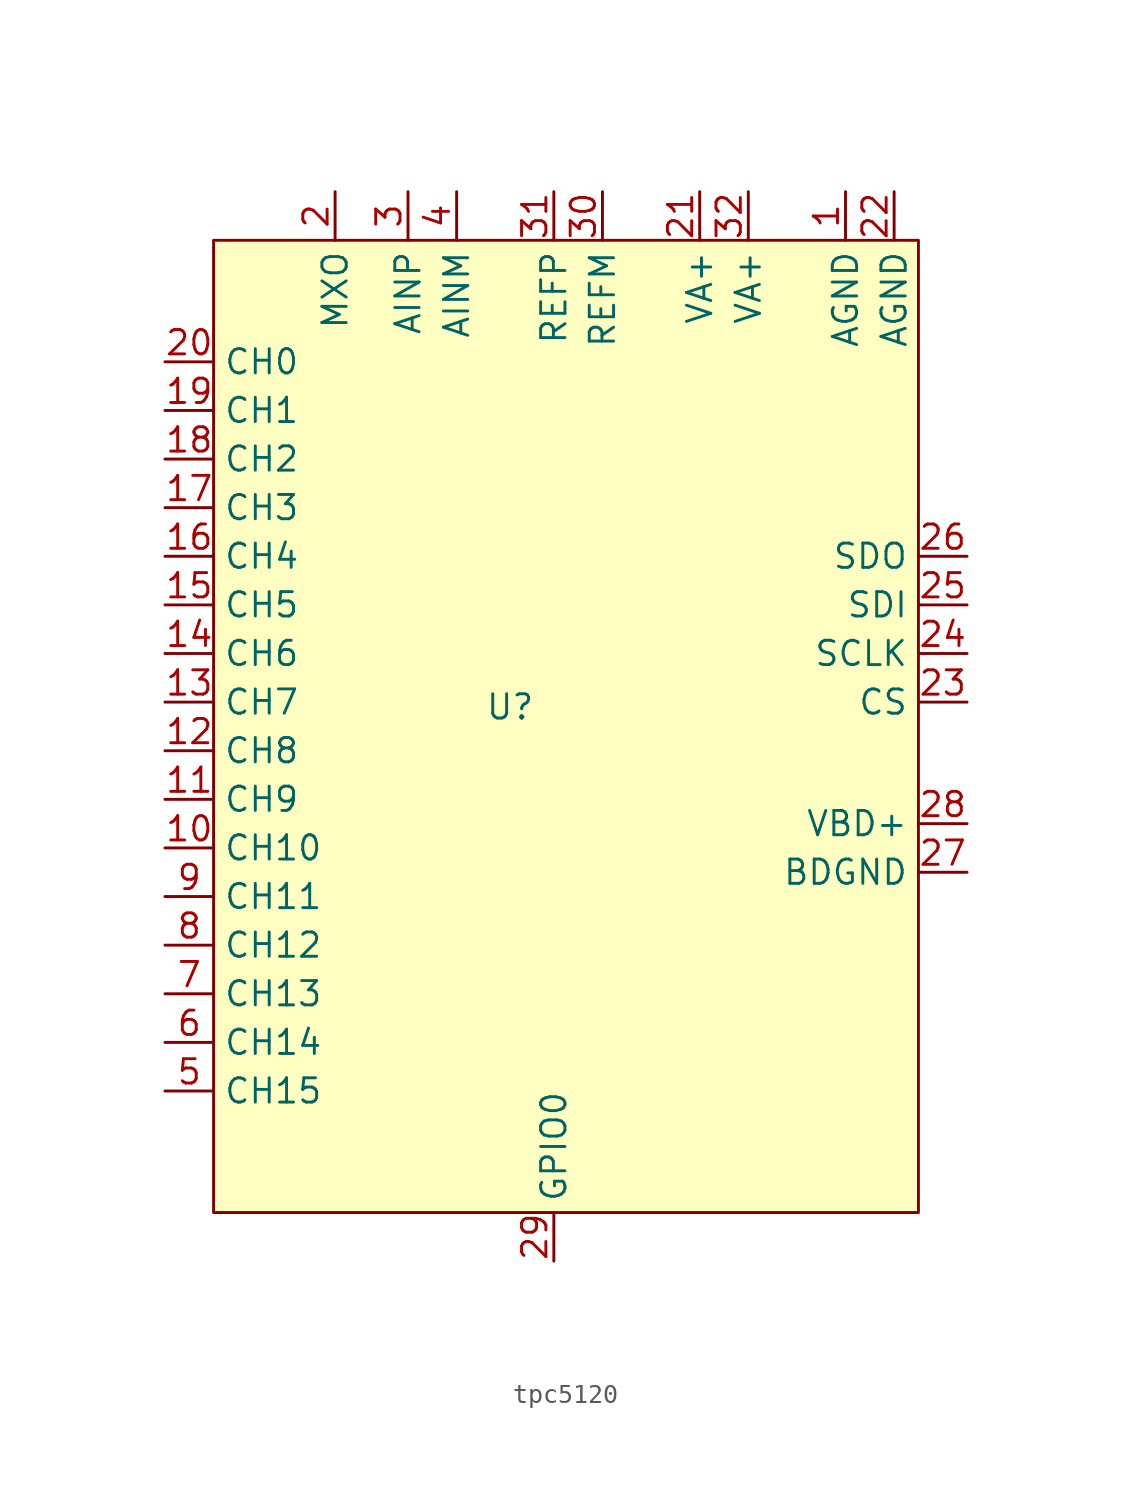
<source format=kicad_sym>
(kicad_symbol_lib
  (version 20231120)
  (generator "kicad_symbol_editor")
  (generator_version "8.0")
  (symbol "tpc5120"
    (property "Reference" "U"
      (at -2.286 -19.304 0)
      (effects (font (size 1.27 1.27))))
    (property "Value" ""
      (at 0 7.62 0)
      (effects (font (size 1.27 1.27))))
    (symbol "tpc5120_1_1"
      (rectangle (start -17.78 5.08) (end 19.05 -45.72) (stroke (width 0) (type default)) (fill (type background)))
      (pin input line (at 15.24 7.62 270) (length 2.54) (name "AGND" (effects (font (size 1.27 1.27)))) (number "1" (effects (font (size 1.27 1.27)))))
      (pin input line (at -20.32 -26.67 0) (length 2.54) (name "CH10" (effects (font (size 1.27 1.27)))) (number "10" (effects (font (size 1.27 1.27)))))
      (pin input line (at -20.32 -24.13 0) (length 2.54) (name "CH9" (effects (font (size 1.27 1.27)))) (number "11" (effects (font (size 1.27 1.27)))))
      (pin input line (at -20.32 -21.59 0) (length 2.54) (name "CH8" (effects (font (size 1.27 1.27)))) (number "12" (effects (font (size 1.27 1.27)))))
      (pin input line (at -20.32 -19.05 0) (length 2.54) (name "CH7" (effects (font (size 1.27 1.27)))) (number "13" (effects (font (size 1.27 1.27)))))
      (pin input line (at -20.32 -16.51 0) (length 2.54) (name "CH6" (effects (font (size 1.27 1.27)))) (number "14" (effects (font (size 1.27 1.27)))))
      (pin input line (at -20.32 -13.97 0) (length 2.54) (name "CH5" (effects (font (size 1.27 1.27)))) (number "15" (effects (font (size 1.27 1.27)))))
      (pin input line (at -20.32 -11.43 0) (length 2.54) (name "CH4" (effects (font (size 1.27 1.27)))) (number "16" (effects (font (size 1.27 1.27)))))
      (pin input line (at -20.32 -8.89 0) (length 2.54) (name "CH3" (effects (font (size 1.27 1.27)))) (number "17" (effects (font (size 1.27 1.27)))))
      (pin input line (at -20.32 -6.35 0) (length 2.54) (name "CH2" (effects (font (size 1.27 1.27)))) (number "18" (effects (font (size 1.27 1.27)))))
      (pin input line (at -20.32 -3.81 0) (length 2.54) (name "CH1" (effects (font (size 1.27 1.27)))) (number "19" (effects (font (size 1.27 1.27)))))
      (pin output line (at -11.43 7.62 270) (length 2.54) (name "MXO" (effects (font (size 1.27 1.27)))) (number "2" (effects (font (size 1.27 1.27)))))
      (pin input line (at -20.32 -1.27 0) (length 2.54) (name "CH0" (effects (font (size 1.27 1.27)))) (number "20" (effects (font (size 1.27 1.27)))))
      (pin input line (at 7.62 7.62 270) (length 2.54) (name "VA+" (effects (font (size 1.27 1.27)))) (number "21" (effects (font (size 1.27 1.27)))))
      (pin input line (at 17.78 7.62 270) (length 2.54) (name "AGND" (effects (font (size 1.27 1.27)))) (number "22" (effects (font (size 1.27 1.27)))))
      (pin input line (at 21.59 -19.05 180) (length 2.54) (name "CS" (effects (font (size 1.27 1.27)))) (number "23" (effects (font (size 1.27 1.27)))))
      (pin input line (at 21.59 -16.51 180) (length 2.54) (name "SCLK" (effects (font (size 1.27 1.27)))) (number "24" (effects (font (size 1.27 1.27)))))
      (pin input line (at 21.59 -13.97 180) (length 2.54) (name "SDI" (effects (font (size 1.27 1.27)))) (number "25" (effects (font (size 1.27 1.27)))))
      (pin output line (at 21.59 -11.43 180) (length 2.54) (name "SDO" (effects (font (size 1.27 1.27)))) (number "26" (effects (font (size 1.27 1.27)))))
      (pin output line (at 21.59 -27.94 180) (length 2.54) (name "BDGND" (effects (font (size 1.27 1.27)))) (number "27" (effects (font (size 1.27 1.27)))))
      (pin input line (at 21.59 -25.4 180) (length 2.54) (name "VBD+" (effects (font (size 1.27 1.27)))) (number "28" (effects (font (size 1.27 1.27)))))
      (pin bidirectional line (at 0 -48.26 90) (length 2.54) (name "GPIO0" (effects (font (size 1.27 1.27)))) (number "29" (effects (font (size 1.27 1.27)))))
      (pin input line (at -7.62 7.62 270) (length 2.54) (name "AINP" (effects (font (size 1.27 1.27)))) (number "3" (effects (font (size 1.27 1.27)))))
      (pin output line (at 2.54 7.62 270) (length 2.54) (name "REFM" (effects (font (size 1.27 1.27)))) (number "30" (effects (font (size 1.27 1.27)))))
      (pin input line (at 0 7.62 270) (length 2.54) (name "REFP" (effects (font (size 1.27 1.27)))) (number "31" (effects (font (size 1.27 1.27)))))
      (pin input line (at 10.16 7.62 270) (length 2.54) (name "VA+" (effects (font (size 1.27 1.27)))) (number "32" (effects (font (size 1.27 1.27)))))
      (pin output line (at -5.08 7.62 270) (length 2.54) (name "AINM" (effects (font (size 1.27 1.27)))) (number "4" (effects (font (size 1.27 1.27)))))
      (pin input line (at -20.32 -39.37 0) (length 2.54) (name "CH15" (effects (font (size 1.27 1.27)))) (number "5" (effects (font (size 1.27 1.27)))))
      (pin input line (at -20.32 -36.83 0) (length 2.54) (name "CH14" (effects (font (size 1.27 1.27)))) (number "6" (effects (font (size 1.27 1.27)))))
      (pin input line (at -20.32 -34.29 0) (length 2.54) (name "CH13" (effects (font (size 1.27 1.27)))) (number "7" (effects (font (size 1.27 1.27)))))
      (pin input line (at -20.32 -31.75 0) (length 2.54) (name "CH12" (effects (font (size 1.27 1.27)))) (number "8" (effects (font (size 1.27 1.27)))))
      (pin input line (at -20.32 -29.21 0) (length 2.54) (name "CH11" (effects (font (size 1.27 1.27)))) (number "9" (effects (font (size 1.27 1.27))))))))
</source>
